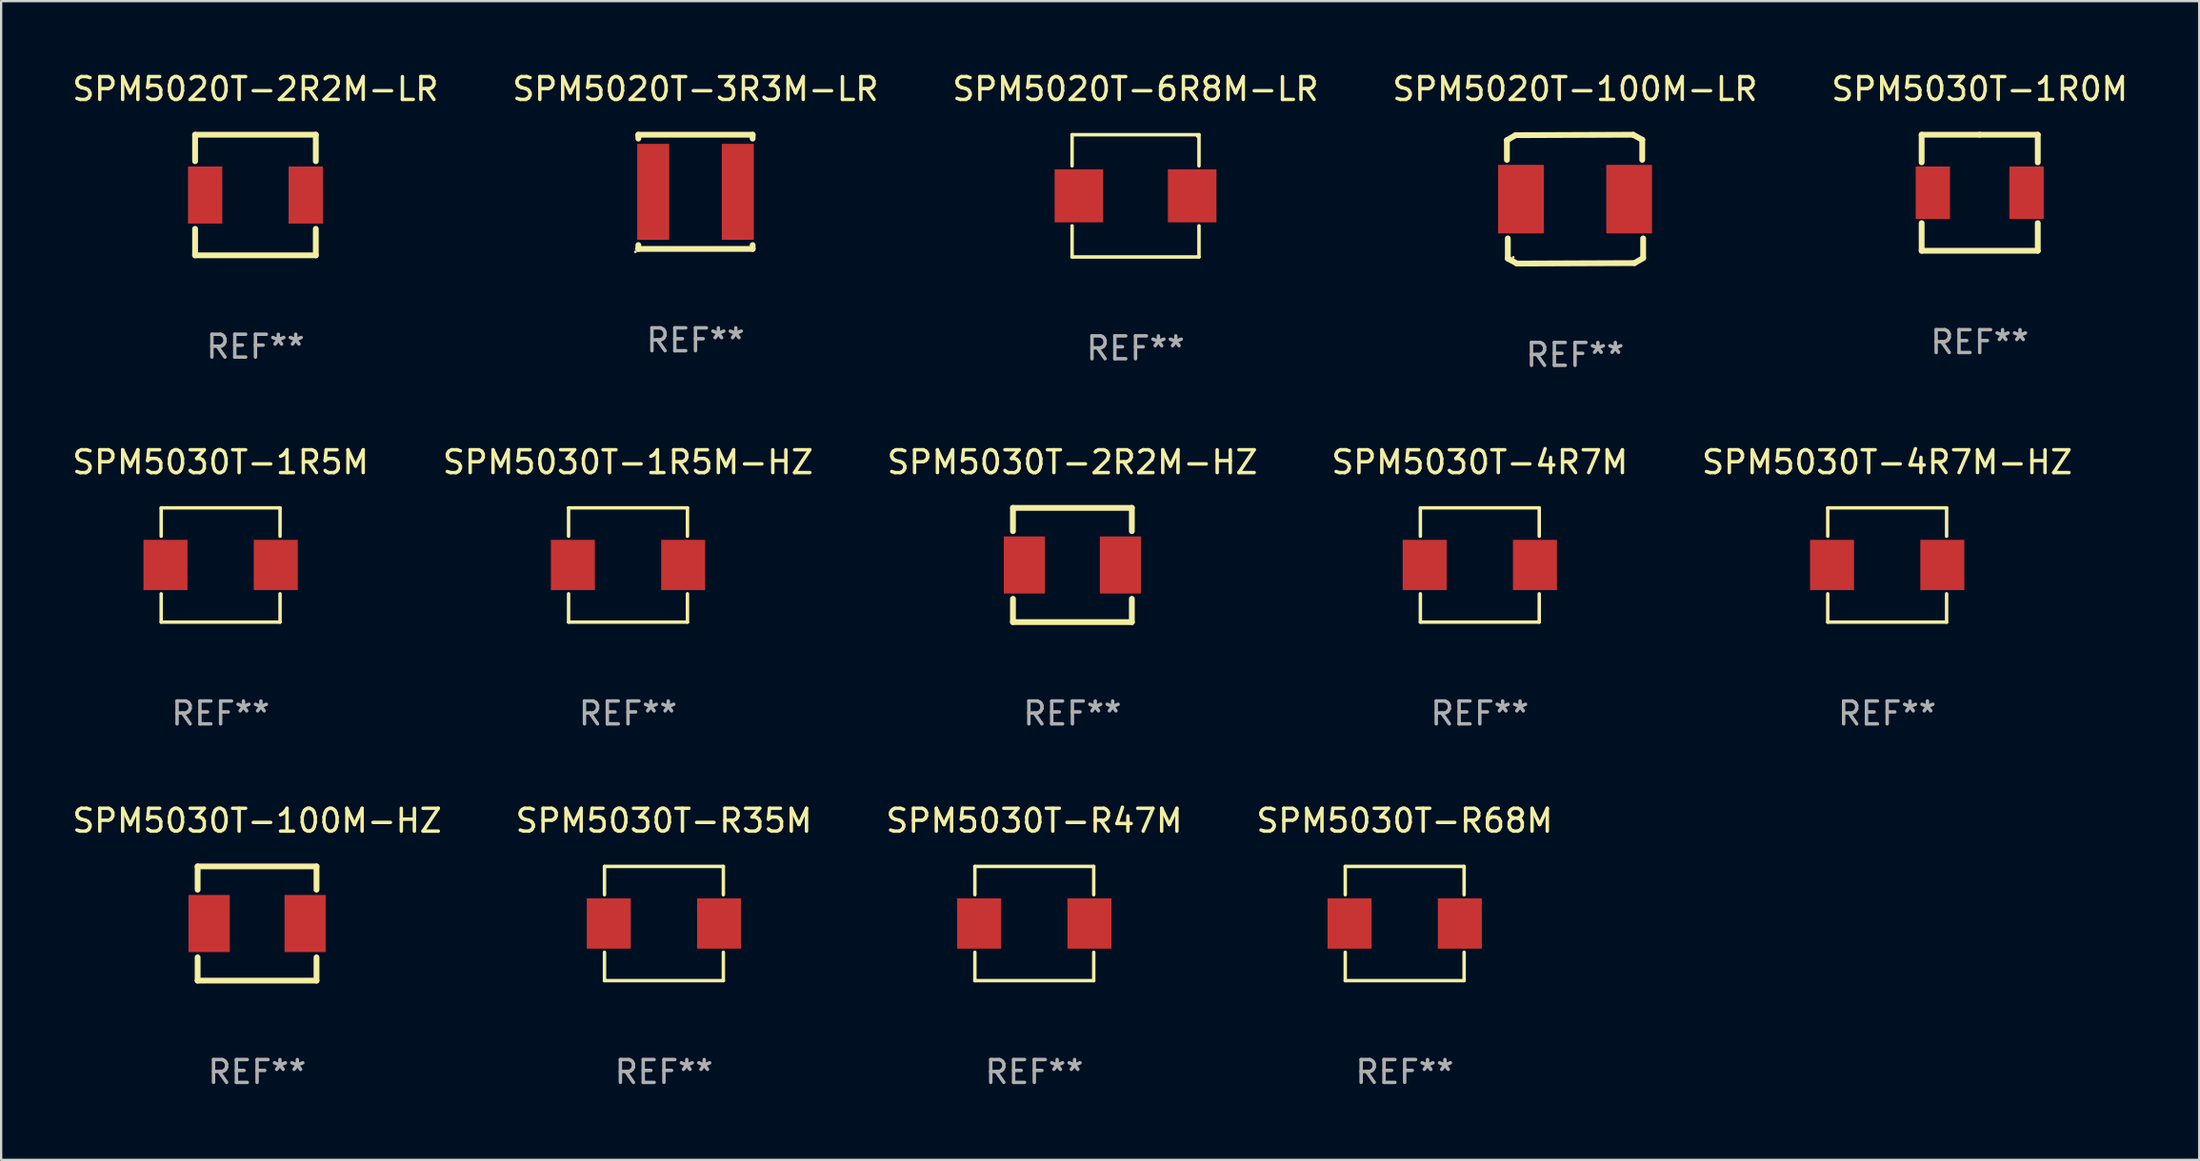
<source format=kicad_pcb>
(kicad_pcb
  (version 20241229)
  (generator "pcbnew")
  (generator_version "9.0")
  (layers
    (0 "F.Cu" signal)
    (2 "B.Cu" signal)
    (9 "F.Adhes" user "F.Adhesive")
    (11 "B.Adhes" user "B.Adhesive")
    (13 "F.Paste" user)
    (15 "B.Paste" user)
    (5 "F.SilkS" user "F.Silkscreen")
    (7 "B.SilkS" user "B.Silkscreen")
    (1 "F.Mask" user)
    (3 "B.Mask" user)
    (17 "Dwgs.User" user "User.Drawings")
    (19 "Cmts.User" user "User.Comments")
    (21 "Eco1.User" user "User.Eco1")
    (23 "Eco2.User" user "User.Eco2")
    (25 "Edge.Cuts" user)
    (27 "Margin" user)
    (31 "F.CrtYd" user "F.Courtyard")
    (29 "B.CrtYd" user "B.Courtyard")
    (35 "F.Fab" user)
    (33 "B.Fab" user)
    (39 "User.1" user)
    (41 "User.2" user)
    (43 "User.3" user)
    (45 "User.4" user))
  (footprint "SPM5030T-4R7M"
    (layer "F.Cu")
    (at 61.685 21.685)
    (property "Reference" "SPM5030T-4R7M" (at 0 -4.5 0) (layer "F.SilkS") (effects (font (size 1 1) (thickness 0.15))))
    (attr through_hole)
    (fp_line (start -2.6 -2.5) (end 2.6 -2.5) (stroke (width 0.15) (type solid)) (layer "F.SilkS"))
    (fp_line (start -2.6 -1.26) (end -2.6 -2.5) (stroke (width 0.15) (type solid)) (layer "F.SilkS"))
    (fp_line (start -2.6 1.26) (end -2.6 2.5) (stroke (width 0.15) (type solid)) (layer "F.SilkS"))
    (fp_line (start -2.6 2.5) (end 2.6 2.5) (stroke (width 0.15) (type solid)) (layer "F.SilkS"))
    (fp_line (start 2.6 -2.5) (end 2.6 -1.26) (stroke (width 0.15) (type solid)) (layer "F.SilkS"))
    (fp_line (start 2.6 2.5) (end 2.6 1.26) (stroke (width 0.15) (type solid)) (layer "F.SilkS"))
    (fp_circle (center 2.6 2.5) (end 2.63 2.5) (stroke (width 0.06) (type solid)) (fill no) (layer "F.SilkS"))
    (fp_text user "REF**" (at 0 6.5 0) (layer "F.Fab") (effects (font (size 1 1) (thickness 0.15))))
    (pad "1" smd rect (at 2.412 0) (size 1.924 2.2) (layers "F.Cu" "F.Mask" "F.Paste"))
    (pad "2" smd rect (at -2.412 0) (size 1.924 2.2) (layers "F.Cu" "F.Mask" "F.Paste")))
  (footprint "SPM5020T-3R3M-LR"
    (layer "F.Cu")
    (at 27.375 5.348)
    (property "Reference" "SPM5020T-3R3M-LR" (at 0 -4.5 0) (layer "F.SilkS") (effects (font (size 1 1) (thickness 0.15))))
    (attr through_hole)
    (fp_line (start -2.5 -2.5) (end 2.5 -2.5) (stroke (width 0.254) (type solid)) (layer "F.SilkS"))
    (fp_line (start -2.5 -2.331) (end -2.5 -2.5) (stroke (width 0.254) (type solid)) (layer "F.SilkS"))
    (fp_line (start -2.5 2.5) (end -2.5 2.331) (stroke (width 0.254) (type solid)) (layer "F.SilkS"))
    (fp_line (start -2.5 2.5) (end 2.5 2.5) (stroke (width 0.254) (type solid)) (layer "F.SilkS"))
    (fp_line (start 2.5 -2.331) (end 2.5 -2.5) (stroke (width 0.254) (type solid)) (layer "F.SilkS"))
    (fp_line (start 2.5 2.5) (end 2.5 2.331) (stroke (width 0.254) (type solid)) (layer "F.SilkS"))
    (fp_circle (center -2.627 2.627) (end -2.597 2.627) (stroke (width 0.06) (type solid)) (fill no) (layer "F.SilkS"))
    (fp_text user "REF**" (at 0 6.5 0) (layer "F.Fab") (effects (font (size 1 1) (thickness 0.15))))
    (pad "1" smd rect (at -1.85 0) (size 1.4 4.2) (layers "F.Cu" "F.Mask" "F.Paste"))
    (pad "2" smd rect (at 1.85 0) (size 1.4 4.2) (layers "F.Cu" "F.Mask" "F.Paste")))
  (footprint "SPM5030T-1R5M-HZ"
    (layer "F.Cu")
    (at 24.423 21.685)
    (property "Reference" "SPM5030T-1R5M-HZ" (at 0 -4.5 0) (layer "F.SilkS") (effects (font (size 1 1) (thickness 0.15))))
    (attr through_hole)
    (fp_line (start -2.6 -2.5) (end 2.6 -2.5) (stroke (width 0.15) (type solid)) (layer "F.SilkS"))
    (fp_line (start -2.6 -1.26) (end -2.6 -2.5) (stroke (width 0.15) (type solid)) (layer "F.SilkS"))
    (fp_line (start -2.6 1.26) (end -2.6 2.5) (stroke (width 0.15) (type solid)) (layer "F.SilkS"))
    (fp_line (start -2.6 2.5) (end 2.6 2.5) (stroke (width 0.15) (type solid)) (layer "F.SilkS"))
    (fp_line (start 2.6 -2.5) (end 2.6 -1.26) (stroke (width 0.15) (type solid)) (layer "F.SilkS"))
    (fp_line (start 2.6 2.5) (end 2.6 1.26) (stroke (width 0.15) (type solid)) (layer "F.SilkS"))
    (fp_circle (center 2.6 2.5) (end 2.63 2.5) (stroke (width 0.06) (type solid)) (fill no) (layer "F.SilkS"))
    (fp_text user "REF**" (at 0 6.5 0) (layer "F.Fab") (effects (font (size 1 1) (thickness 0.15))))
    (pad "1" smd rect (at 2.412 0) (size 1.924 2.2) (layers "F.Cu" "F.Mask" "F.Paste"))
    (pad "2" smd rect (at -2.412 0) (size 1.924 2.2) (layers "F.Cu" "F.Mask" "F.Paste")))
  (footprint "SPM5030T-100M-HZ"
    (layer "F.Cu")
    (at 8.196 37.381)
    (property "Reference" "SPM5030T-100M-HZ" (at 0 -4.5 0) (layer "F.SilkS") (effects (font (size 1 1) (thickness 0.15))))
    (attr through_hole)
    (fp_line (start -2.6 -2.5) (end -2.6 -1.481) (stroke (width 0.254) (type solid)) (layer "F.SilkS"))
    (fp_line (start -2.6 -2.5) (end 2.6 -2.5) (stroke (width 0.254) (type solid)) (layer "F.SilkS"))
    (fp_line (start -2.6 1.481) (end -2.6 2.5) (stroke (width 0.254) (type solid)) (layer "F.SilkS"))
    (fp_line (start -2.6 2.5) (end 2.6 2.5) (stroke (width 0.254) (type solid)) (layer "F.SilkS"))
    (fp_line (start 2.6 -2.5) (end 2.6 -1.481) (stroke (width 0.254) (type solid)) (layer "F.SilkS"))
    (fp_line (start 2.6 1.481) (end 2.6 2.5) (stroke (width 0.254) (type solid)) (layer "F.SilkS"))
    (fp_circle (center -2.6 2.5) (end -2.57 2.5) (stroke (width 0.06) (type solid)) (fill no) (layer "F.SilkS"))
    (fp_text user "REF**" (at 0 6.5 0) (layer "F.Fab") (effects (font (size 1 1) (thickness 0.15))))
    (pad "1" smd rect (at -2.1 0) (size 1.8 2.5) (layers "F.Cu" "F.Mask" "F.Paste"))
    (pad "2" smd rect (at 2.1 0) (size 1.8 2.5) (layers "F.Cu" "F.Mask" "F.Paste")))
  (footprint "SPM5030T-4R7M-HZ"
    (layer "F.Cu")
    (at 79.506 21.685)
    (property "Reference" "SPM5030T-4R7M-HZ" (at 0 -4.5 0) (layer "F.SilkS") (effects (font (size 1 1) (thickness 0.15))))
    (attr through_hole)
    (fp_line (start -2.6 -2.5) (end 2.6 -2.5) (stroke (width 0.15) (type solid)) (layer "F.SilkS"))
    (fp_line (start -2.6 -1.26) (end -2.6 -2.5) (stroke (width 0.15) (type solid)) (layer "F.SilkS"))
    (fp_line (start -2.6 1.26) (end -2.6 2.5) (stroke (width 0.15) (type solid)) (layer "F.SilkS"))
    (fp_line (start -2.6 2.5) (end 2.6 2.5) (stroke (width 0.15) (type solid)) (layer "F.SilkS"))
    (fp_line (start 2.6 -2.5) (end 2.6 -1.26) (stroke (width 0.15) (type solid)) (layer "F.SilkS"))
    (fp_line (start 2.6 2.5) (end 2.6 1.26) (stroke (width 0.15) (type solid)) (layer "F.SilkS"))
    (fp_circle (center 2.6 2.5) (end 2.63 2.5) (stroke (width 0.06) (type solid)) (fill no) (layer "F.SilkS"))
    (fp_text user "REF**" (at 0 6.5 0) (layer "F.Fab") (effects (font (size 1 1) (thickness 0.15))))
    (pad "1" smd rect (at 2.412 0) (size 1.924 2.2) (layers "F.Cu" "F.Mask" "F.Paste"))
    (pad "2" smd rect (at -2.412 0) (size 1.924 2.2) (layers "F.Cu" "F.Mask" "F.Paste")))
  (footprint "SPM5020T-2R2M-LR"
    (layer "F.Cu")
    (at 8.125 5.488)
    (property "Reference" "SPM5020T-2R2M-LR" (at 0 -4.64 0) (layer "F.SilkS") (effects (font (size 1 1) (thickness 0.15))))
    (attr through_hole)
    (fp_line (start -2.64 -2.64) (end 2.64 -2.64) (stroke (width 0.254) (type solid)) (layer "F.SilkS"))
    (fp_line (start -2.64 -1.481) (end -2.64 -2.64) (stroke (width 0.254) (type solid)) (layer "F.SilkS"))
    (fp_line (start -2.64 2.64) (end -2.64 1.481) (stroke (width 0.254) (type solid)) (layer "F.SilkS"))
    (fp_line (start 2.64 -2.64) (end 2.64 -1.481) (stroke (width 0.254) (type solid)) (layer "F.SilkS"))
    (fp_line (start 2.64 1.481) (end 2.64 2.64) (stroke (width 0.254) (type solid)) (layer "F.SilkS"))
    (fp_line (start 2.64 2.64) (end -2.64 2.64) (stroke (width 0.254) (type solid)) (layer "F.SilkS"))
    (fp_circle (center -2.7 2.6) (end -2.67 2.6) (stroke (width 0.06) (type solid)) (fill no) (layer "F.SilkS"))
    (fp_text user "REF**" (at 0 6.64 0) (layer "F.Fab") (effects (font (size 1 1) (thickness 0.15))))
    (pad "1" smd rect (at -2.2 0) (size 1.5 2.5) (layers "F.Cu" "F.Mask" "F.Paste"))
    (pad "2" smd rect (at 2.2 0) (size 1.5 2.5) (layers "F.Cu" "F.Mask" "F.Paste")))
  (footprint "SPM5030T-R68M"
    (layer "F.Cu")
    (at 58.399 37.381)
    (property "Reference" "SPM5030T-R68M" (at 0 -4.5 0) (layer "F.SilkS") (effects (font (size 1 1) (thickness 0.15))))
    (attr through_hole)
    (fp_line (start -2.6 -2.5) (end 2.6 -2.5) (stroke (width 0.15) (type solid)) (layer "F.SilkS"))
    (fp_line (start -2.6 -1.26) (end -2.6 -2.5) (stroke (width 0.15) (type solid)) (layer "F.SilkS"))
    (fp_line (start -2.6 1.26) (end -2.6 2.5) (stroke (width 0.15) (type solid)) (layer "F.SilkS"))
    (fp_line (start -2.6 2.5) (end 2.6 2.5) (stroke (width 0.15) (type solid)) (layer "F.SilkS"))
    (fp_line (start 2.6 -2.5) (end 2.6 -1.26) (stroke (width 0.15) (type solid)) (layer "F.SilkS"))
    (fp_line (start 2.6 2.5) (end 2.6 1.26) (stroke (width 0.15) (type solid)) (layer "F.SilkS"))
    (fp_circle (center 2.6 2.5) (end 2.63 2.5) (stroke (width 0.06) (type solid)) (fill no) (layer "F.SilkS"))
    (fp_text user "REF**" (at 0 6.5 0) (layer "F.Fab") (effects (font (size 1 1) (thickness 0.15))))
    (pad "1" smd rect (at 2.412 0) (size 1.924 2.2) (layers "F.Cu" "F.Mask" "F.Paste"))
    (pad "2" smd rect (at -2.412 0) (size 1.924 2.2) (layers "F.Cu" "F.Mask" "F.Paste")))
  (footprint "SPM5030T-R35M"
    (layer "F.Cu")
    (at 25.994 37.381)
    (property "Reference" "SPM5030T-R35M" (at 0 -4.5 0) (layer "F.SilkS") (effects (font (size 1 1) (thickness 0.15))))
    (attr through_hole)
    (fp_line (start -2.6 -2.5) (end 2.6 -2.5) (stroke (width 0.15) (type solid)) (layer "F.SilkS"))
    (fp_line (start -2.6 -1.26) (end -2.6 -2.5) (stroke (width 0.15) (type solid)) (layer "F.SilkS"))
    (fp_line (start -2.6 1.26) (end -2.6 2.5) (stroke (width 0.15) (type solid)) (layer "F.SilkS"))
    (fp_line (start -2.6 2.5) (end 2.6 2.5) (stroke (width 0.15) (type solid)) (layer "F.SilkS"))
    (fp_line (start 2.6 -2.5) (end 2.6 -1.26) (stroke (width 0.15) (type solid)) (layer "F.SilkS"))
    (fp_line (start 2.6 2.5) (end 2.6 1.26) (stroke (width 0.15) (type solid)) (layer "F.SilkS"))
    (fp_circle (center 2.6 2.5) (end 2.63 2.5) (stroke (width 0.06) (type solid)) (fill no) (layer "F.SilkS"))
    (fp_text user "REF**" (at 0 6.5 0) (layer "F.Fab") (effects (font (size 1 1) (thickness 0.15))))
    (pad "1" smd rect (at 2.412 0) (size 1.924 2.2) (layers "F.Cu" "F.Mask" "F.Paste"))
    (pad "2" smd rect (at -2.412 0) (size 1.924 2.2) (layers "F.Cu" "F.Mask" "F.Paste")))
  (footprint "SPM5030T-1R5M"
    (layer "F.Cu")
    (at 6.601 21.685)
    (property "Reference" "SPM5030T-1R5M" (at 0 -4.5 0) (layer "F.SilkS") (effects (font (size 1 1) (thickness 0.15))))
    (attr through_hole)
    (fp_line (start -2.6 -2.5) (end 2.6 -2.5) (stroke (width 0.15) (type solid)) (layer "F.SilkS"))
    (fp_line (start -2.6 -1.26) (end -2.6 -2.5) (stroke (width 0.15) (type solid)) (layer "F.SilkS"))
    (fp_line (start -2.6 1.26) (end -2.6 2.5) (stroke (width 0.15) (type solid)) (layer "F.SilkS"))
    (fp_line (start -2.6 2.5) (end 2.6 2.5) (stroke (width 0.15) (type solid)) (layer "F.SilkS"))
    (fp_line (start 2.6 -2.5) (end 2.6 -1.26) (stroke (width 0.15) (type solid)) (layer "F.SilkS"))
    (fp_line (start 2.6 2.5) (end 2.6 1.26) (stroke (width 0.15) (type solid)) (layer "F.SilkS"))
    (fp_circle (center 2.6 2.5) (end 2.63 2.5) (stroke (width 0.06) (type solid)) (fill no) (layer "F.SilkS"))
    (fp_text user "REF**" (at 0 6.5 0) (layer "F.Fab") (effects (font (size 1 1) (thickness 0.15))))
    (pad "1" smd rect (at 2.412 0) (size 1.924 2.2) (layers "F.Cu" "F.Mask" "F.Paste"))
    (pad "2" smd rect (at -2.412 0) (size 1.924 2.2) (layers "F.Cu" "F.Mask" "F.Paste")))
  (footprint "SPM5020T-100M-LR"
    (layer "F.Cu")
    (at 65.851 5.668)
    (property "Reference" "SPM5020T-100M-LR" (at 0 -4.82 0) (layer "F.SilkS") (effects (font (size 1 1) (thickness 0.15))))
    (attr through_hole)
    (fp_line (start -2.98 -2.58) (end -2.6 -2.8) (stroke (width 0.254) (type solid)) (layer "F.SilkS"))
    (fp_line (start -2.98 -1.72) (end -2.98 -2.58) (stroke (width 0.254) (type solid)) (layer "F.SilkS"))
    (fp_line (start -2.94 2.6) (end -2.94 1.72) (stroke (width 0.254) (type solid)) (layer "F.SilkS"))
    (fp_line (start -2.6 -2.8) (end 2.54 -2.82) (stroke (width 0.254) (type solid)) (layer "F.SilkS"))
    (fp_line (start -2.54 2.82) (end -2.94 2.6) (stroke (width 0.254) (type solid)) (layer "F.SilkS"))
    (fp_line (start 2.54 -2.82) (end 2.94 -2.6) (stroke (width 0.254) (type solid)) (layer "F.SilkS"))
    (fp_line (start 2.6 2.8) (end -2.54 2.82) (stroke (width 0.254) (type solid)) (layer "F.SilkS"))
    (fp_line (start 2.94 -2.6) (end 2.94 -1.72) (stroke (width 0.254) (type solid)) (layer "F.SilkS"))
    (fp_line (start 2.98 1.72) (end 2.98 2.58) (stroke (width 0.254) (type solid)) (layer "F.SilkS"))
    (fp_line (start 2.98 2.58) (end 2.6 2.8) (stroke (width 0.254) (type solid)) (layer "F.SilkS"))
    (fp_circle (center -2.7 2.55) (end -2.67 2.55) (stroke (width 0.06) (type solid)) (fill no) (layer "F.SilkS"))
    (fp_text user "REF**" (at 0 6.82 0) (layer "F.Fab") (effects (font (size 1 1) (thickness 0.15))))
    (pad "1" smd rect (at -2.367 0) (size 2 3) (layers "F.Cu" "F.Mask" "F.Paste"))
    (pad "2" smd rect (at 2.367 0) (size 2 3) (layers "F.Cu" "F.Mask" "F.Paste")))
  (footprint "SPM5030T-R47M"
    (layer "F.Cu")
    (at 42.196 37.381)
    (property "Reference" "SPM5030T-R47M" (at 0 -4.5 0) (layer "F.SilkS") (effects (font (size 1 1) (thickness 0.15))))
    (attr through_hole)
    (fp_line (start -2.6 -2.5) (end 2.6 -2.5) (stroke (width 0.15) (type solid)) (layer "F.SilkS"))
    (fp_line (start -2.6 -1.26) (end -2.6 -2.5) (stroke (width 0.15) (type solid)) (layer "F.SilkS"))
    (fp_line (start -2.6 1.26) (end -2.6 2.5) (stroke (width 0.15) (type solid)) (layer "F.SilkS"))
    (fp_line (start -2.6 2.5) (end 2.6 2.5) (stroke (width 0.15) (type solid)) (layer "F.SilkS"))
    (fp_line (start 2.6 -2.5) (end 2.6 -1.26) (stroke (width 0.15) (type solid)) (layer "F.SilkS"))
    (fp_line (start 2.6 2.5) (end 2.6 1.26) (stroke (width 0.15) (type solid)) (layer "F.SilkS"))
    (fp_circle (center 2.6 2.5) (end 2.63 2.5) (stroke (width 0.06) (type solid)) (fill no) (layer "F.SilkS"))
    (fp_text user "REF**" (at 0 6.5 0) (layer "F.Fab") (effects (font (size 1 1) (thickness 0.15))))
    (pad "1" smd rect (at 2.412 0) (size 1.924 2.2) (layers "F.Cu" "F.Mask" "F.Paste"))
    (pad "2" smd rect (at -2.412 0) (size 1.924 2.2) (layers "F.Cu" "F.Mask" "F.Paste")))
  (footprint "SPM5020T-6R8M-LR"
    (layer "F.Cu")
    (at 46.625 5.524)
    (property "Reference" "SPM5020T-6R8M-LR" (at 0 -4.676 0) (layer "F.SilkS") (effects (font (size 1 1) (thickness 0.15))))
    (attr through_hole)
    (fp_line (start -2.776 -2.676) (end 2.776 -2.676) (stroke (width 0.152) (type solid)) (layer "F.SilkS"))
    (fp_line (start -2.776 -1.312) (end -2.776 -2.676) (stroke (width 0.152) (type solid)) (layer "F.SilkS"))
    (fp_line (start -2.776 1.312) (end -2.776 2.676) (stroke (width 0.152) (type solid)) (layer "F.SilkS"))
    (fp_line (start -2.776 2.676) (end 2.776 2.676) (stroke (width 0.152) (type solid)) (layer "F.SilkS"))
    (fp_line (start 2.776 -2.676) (end 2.776 -1.312) (stroke (width 0.152) (type solid)) (layer "F.SilkS"))
    (fp_line (start 2.776 2.676) (end 2.776 1.312) (stroke (width 0.152) (type solid)) (layer "F.SilkS"))
    (fp_circle (center 2.7 -2.6) (end 2.73 -2.6) (stroke (width 0.06) (type solid)) (fill no) (layer "F.SilkS"))
    (fp_text user "REF**" (at 0 6.676 0) (layer "F.Fab") (effects (font (size 1 1) (thickness 0.15))))
    (pad "1" smd rect (at 2.478 0) (size 2.124 2.32) (layers "F.Cu" "F.Mask" "F.Paste"))
    (pad "2" smd rect (at -2.478 0) (size 2.124 2.32) (layers "F.Cu" "F.Mask" "F.Paste")))
  (footprint "SPM5030T-2R2M-HZ"
    (layer "F.Cu")
    (at 43.863 21.685)
    (property "Reference" "SPM5030T-2R2M-HZ" (at 0 -4.5 0) (layer "F.SilkS") (effects (font (size 1 1) (thickness 0.15))))
    (attr through_hole)
    (fp_line (start -2.6 -2.5) (end -2.6 -1.481) (stroke (width 0.254) (type solid)) (layer "F.SilkS"))
    (fp_line (start -2.6 -2.5) (end 2.6 -2.5) (stroke (width 0.254) (type solid)) (layer "F.SilkS"))
    (fp_line (start -2.6 1.481) (end -2.6 2.5) (stroke (width 0.254) (type solid)) (layer "F.SilkS"))
    (fp_line (start -2.6 2.5) (end 2.6 2.5) (stroke (width 0.254) (type solid)) (layer "F.SilkS"))
    (fp_line (start 2.6 -2.5) (end 2.6 -1.481) (stroke (width 0.254) (type solid)) (layer "F.SilkS"))
    (fp_line (start 2.6 1.481) (end 2.6 2.5) (stroke (width 0.254) (type solid)) (layer "F.SilkS"))
    (fp_circle (center -2.6 2.5) (end -2.57 2.5) (stroke (width 0.06) (type solid)) (fill no) (layer "F.SilkS"))
    (fp_text user "REF**" (at 0 6.5 0) (layer "F.Fab") (effects (font (size 1 1) (thickness 0.15))))
    (pad "1" smd rect (at -2.1 0) (size 1.8 2.5) (layers "F.Cu" "F.Mask" "F.Paste"))
    (pad "2" smd rect (at 2.1 0) (size 1.8 2.5) (layers "F.Cu" "F.Mask" "F.Paste")))
  (footprint "SPM5030T-1R0M"
    (layer "F.Cu")
    (at 83.554 5.388)
    (property "Reference" "SPM5030T-1R0M" (at 0 -4.54 0) (layer "F.SilkS") (effects (font (size 1 1) (thickness 0.15))))
    (attr through_hole)
    (fp_line (start -2.54 -2.54) (end 0 -2.54) (stroke (width 0.254) (type solid)) (layer "F.SilkS"))
    (fp_line (start -2.54 -1.331) (end -2.54 -2.54) (stroke (width 0.254) (type solid)) (layer "F.SilkS"))
    (fp_line (start -2.54 2.54) (end -2.54 1.331) (stroke (width 0.254) (type solid)) (layer "F.SilkS"))
    (fp_line (start 0 -2.54) (end 2.54 -2.54) (stroke (width 0.254) (type solid)) (layer "F.SilkS"))
    (fp_line (start 2.54 -2.54) (end 2.54 -1.331) (stroke (width 0.254) (type solid)) (layer "F.SilkS"))
    (fp_line (start 2.54 1.331) (end 2.54 2.54) (stroke (width 0.254) (type solid)) (layer "F.SilkS"))
    (fp_line (start 2.54 2.54) (end -2.54 2.54) (stroke (width 0.254) (type solid)) (layer "F.SilkS"))
    (fp_circle (center -2.5 2.5) (end -2.47 2.5) (stroke (width 0.06) (type solid)) (fill no) (layer "F.SilkS"))
    (fp_text user "REF**" (at 0 6.54 0) (layer "F.Fab") (effects (font (size 1 1) (thickness 0.15))))
    (pad "1" smd rect (at -2.05 0) (size 1.5 2.3) (layers "F.Cu" "F.Mask" "F.Paste"))
    (pad "2" smd rect (at 2.05 0) (size 1.5 2.3) (layers "F.Cu" "F.Mask" "F.Paste")))
  (gr_rect
    (start -3 -3)
    (end 93.155 47.729)
    (stroke (width 0.1) (type default))
    (fill no)
    (layer "Edge.Cuts")))
</source>
